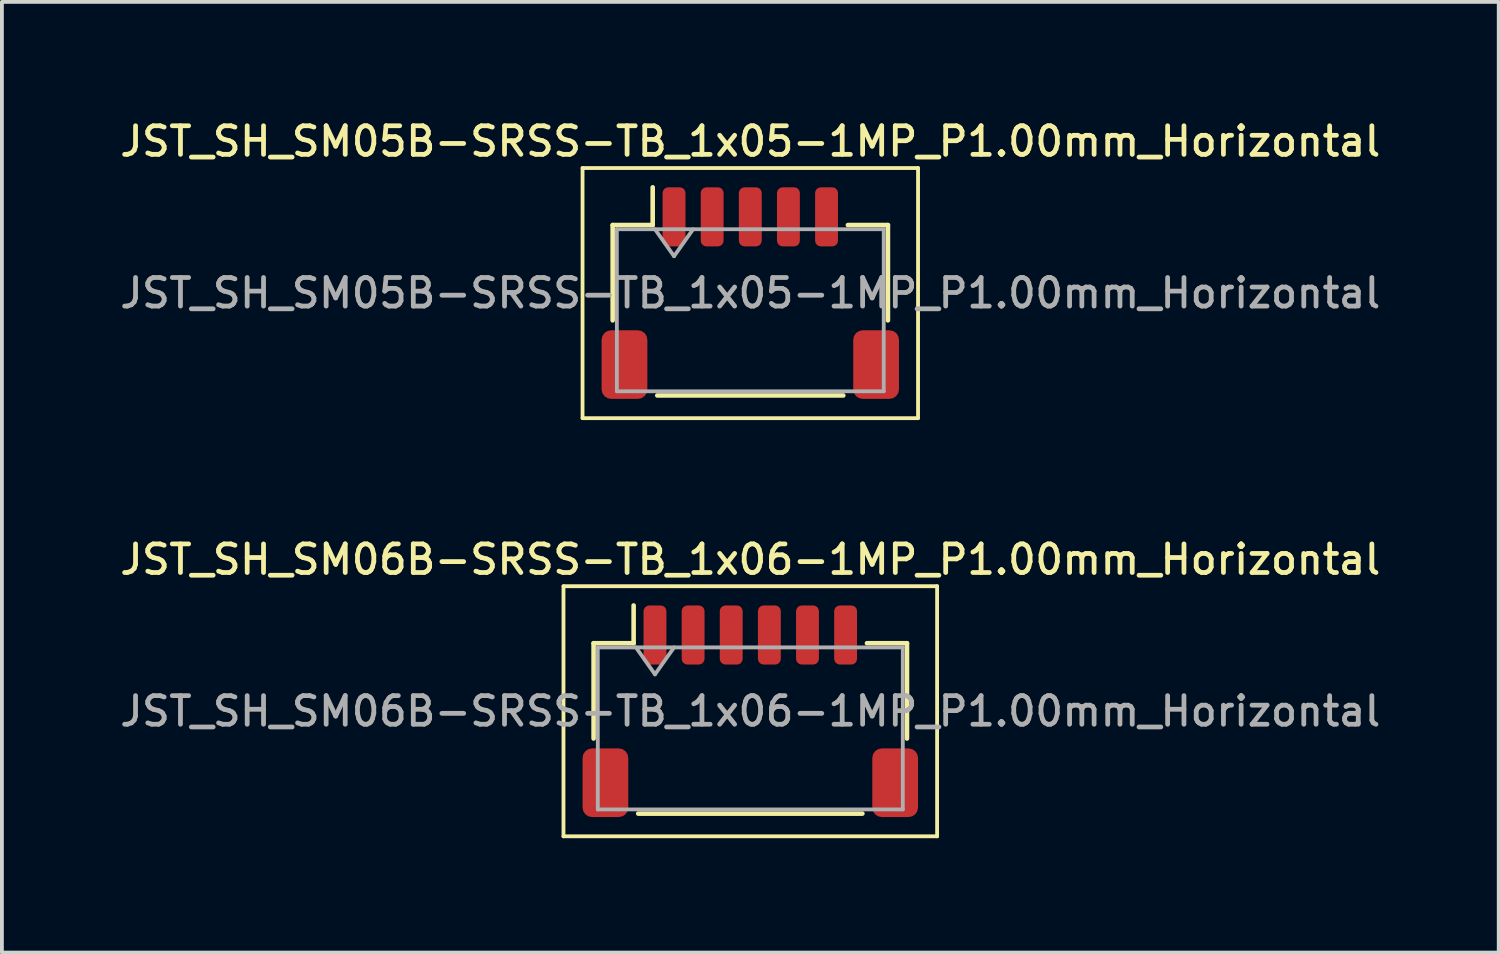
<source format=kicad_pcb>
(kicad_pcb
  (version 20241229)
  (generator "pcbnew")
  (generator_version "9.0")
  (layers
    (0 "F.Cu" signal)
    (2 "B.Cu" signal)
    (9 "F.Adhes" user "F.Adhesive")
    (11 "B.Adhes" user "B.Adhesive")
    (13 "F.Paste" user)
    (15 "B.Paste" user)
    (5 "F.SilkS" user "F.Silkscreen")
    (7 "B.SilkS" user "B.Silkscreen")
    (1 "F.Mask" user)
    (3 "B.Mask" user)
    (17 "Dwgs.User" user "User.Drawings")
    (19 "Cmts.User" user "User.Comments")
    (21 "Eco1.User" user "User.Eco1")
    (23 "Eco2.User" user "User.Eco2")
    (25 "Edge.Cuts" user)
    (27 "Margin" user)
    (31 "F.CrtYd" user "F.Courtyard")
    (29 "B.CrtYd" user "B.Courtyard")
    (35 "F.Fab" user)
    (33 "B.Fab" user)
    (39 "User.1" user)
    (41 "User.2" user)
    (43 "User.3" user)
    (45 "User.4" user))
  (footprint "JST_SH_SM06B-SRSS-TB_1x06-1MP_P1.00mm_Horizontal"
    (layer "F.Cu")
    (at 16.63 15.606)
    (property "Reference" "JST_SH_SM06B-SRSS-TB_1x06-1MP_P1.00mm_Horizontal" (at 0 -3.98 0) (layer "F.SilkS") (effects (font (size 0.75 0.75) (thickness 0.125))))
    (attr smd)
    (fp_line (start -4.9 -3.28) (end -4.9 3.28) (stroke (width 0.1) (type solid)) (layer "F.SilkS"))
    (fp_line (start -4.9 3.28) (end 4.9 3.28) (stroke (width 0.1) (type solid)) (layer "F.SilkS"))
    (fp_line (start -4.11 -1.785) (end -3.06 -1.785) (stroke (width 0.12) (type solid)) (layer "F.SilkS"))
    (fp_line (start -4.11 0.715) (end -4.11 -1.785) (stroke (width 0.12) (type solid)) (layer "F.SilkS"))
    (fp_line (start -3.06 -1.785) (end -3.06 -2.775) (stroke (width 0.12) (type solid)) (layer "F.SilkS"))
    (fp_line (start -2.94 2.685) (end 2.94 2.685) (stroke (width 0.12) (type solid)) (layer "F.SilkS"))
    (fp_line (start 4.11 -1.785) (end 3.06 -1.785) (stroke (width 0.12) (type solid)) (layer "F.SilkS"))
    (fp_line (start 4.11 0.715) (end 4.11 -1.785) (stroke (width 0.12) (type solid)) (layer "F.SilkS"))
    (fp_line (start 4.9 -3.28) (end -4.9 -3.28) (stroke (width 0.1) (type solid)) (layer "F.SilkS"))
    (fp_line (start 4.9 3.28) (end 4.9 -3.28) (stroke (width 0.1) (type solid)) (layer "F.SilkS"))
    (fp_line (start -4 -1.675) (end -4 2.575) (stroke (width 0.1) (type solid)) (layer "F.Fab"))
    (fp_line (start -4 -1.675) (end 4 -1.675) (stroke (width 0.1) (type solid)) (layer "F.Fab"))
    (fp_line (start -4 2.575) (end 4 2.575) (stroke (width 0.1) (type solid)) (layer "F.Fab"))
    (fp_line (start -3 -1.675) (end -2.5 -0.968) (stroke (width 0.1) (type solid)) (layer "F.Fab"))
    (fp_line (start -2.5 -0.968) (end -2 -1.675) (stroke (width 0.1) (type solid)) (layer "F.Fab"))
    (fp_line (start 4 -1.675) (end 4 2.575) (stroke (width 0.1) (type solid)) (layer "F.Fab"))
    (fp_text user "${REFERENCE}" (at 0 0 0) (layer "F.Fab") (effects (font (size 0.75 0.75) (thickness 0.125))))
    (pad "1" smd roundrect (at -2.5 -2) (size 0.6 1.55) (layers "F.Cu" "F.Mask" "F.Paste") (roundrect_rratio 0.25))
    (pad "2" smd roundrect (at -1.5 -2) (size 0.6 1.55) (layers "F.Cu" "F.Mask" "F.Paste") (roundrect_rratio 0.25))
    (pad "3" smd roundrect (at -0.5 -2) (size 0.6 1.55) (layers "F.Cu" "F.Mask" "F.Paste") (roundrect_rratio 0.25))
    (pad "4" smd roundrect (at 0.5 -2) (size 0.6 1.55) (layers "F.Cu" "F.Mask" "F.Paste") (roundrect_rratio 0.25))
    (pad "5" smd roundrect (at 1.5 -2) (size 0.6 1.55) (layers "F.Cu" "F.Mask" "F.Paste") (roundrect_rratio 0.25))
    (pad "6" smd roundrect (at 2.5 -2) (size 0.6 1.55) (layers "F.Cu" "F.Mask" "F.Paste") (roundrect_rratio 0.25))
    (pad "MP" smd roundrect (at -3.8 1.875) (size 1.2 1.8) (layers "F.Cu" "F.Mask" "F.Paste") (roundrect_rratio 0.208))
    (pad "MP" smd roundrect (at 3.8 1.875) (size 1.2 1.8) (layers "F.Cu" "F.Mask" "F.Paste") (roundrect_rratio 0.208)))
  (footprint "JST_SH_SM05B-SRSS-TB_1x05-1MP_P1.00mm_Horizontal"
    (layer "F.Cu")
    (at 16.63 4.638)
    (property "Reference" "JST_SH_SM05B-SRSS-TB_1x05-1MP_P1.00mm_Horizontal" (at 0 -3.98 0) (layer "F.SilkS") (effects (font (size 0.75 0.75) (thickness 0.125))))
    (attr smd)
    (fp_line (start -4.4 -3.28) (end -4.4 3.28) (stroke (width 0.1) (type solid)) (layer "F.SilkS"))
    (fp_line (start -4.4 3.28) (end 4.4 3.28) (stroke (width 0.1) (type solid)) (layer "F.SilkS"))
    (fp_line (start -3.61 -1.785) (end -2.56 -1.785) (stroke (width 0.12) (type solid)) (layer "F.SilkS"))
    (fp_line (start -3.61 0.715) (end -3.61 -1.785) (stroke (width 0.12) (type solid)) (layer "F.SilkS"))
    (fp_line (start -2.56 -1.785) (end -2.56 -2.775) (stroke (width 0.12) (type solid)) (layer "F.SilkS"))
    (fp_line (start -2.44 2.685) (end 2.44 2.685) (stroke (width 0.12) (type solid)) (layer "F.SilkS"))
    (fp_line (start 3.61 -1.785) (end 2.56 -1.785) (stroke (width 0.12) (type solid)) (layer "F.SilkS"))
    (fp_line (start 3.61 0.715) (end 3.61 -1.785) (stroke (width 0.12) (type solid)) (layer "F.SilkS"))
    (fp_line (start 4.4 -3.28) (end -4.4 -3.28) (stroke (width 0.1) (type solid)) (layer "F.SilkS"))
    (fp_line (start 4.4 3.28) (end 4.4 -3.28) (stroke (width 0.1) (type solid)) (layer "F.SilkS"))
    (fp_line (start -3.5 -1.675) (end -3.5 2.575) (stroke (width 0.1) (type solid)) (layer "F.Fab"))
    (fp_line (start -3.5 -1.675) (end 3.5 -1.675) (stroke (width 0.1) (type solid)) (layer "F.Fab"))
    (fp_line (start -3.5 2.575) (end 3.5 2.575) (stroke (width 0.1) (type solid)) (layer "F.Fab"))
    (fp_line (start -2.5 -1.675) (end -2 -0.968) (stroke (width 0.1) (type solid)) (layer "F.Fab"))
    (fp_line (start -2 -0.968) (end -1.5 -1.675) (stroke (width 0.1) (type solid)) (layer "F.Fab"))
    (fp_line (start 3.5 -1.675) (end 3.5 2.575) (stroke (width 0.1) (type solid)) (layer "F.Fab"))
    (fp_text user "${REFERENCE}" (at 0 0 0) (layer "F.Fab") (effects (font (size 0.75 0.75) (thickness 0.125))))
    (pad "1" smd roundrect (at -2 -2) (size 0.6 1.55) (layers "F.Cu" "F.Mask" "F.Paste") (roundrect_rratio 0.25))
    (pad "2" smd roundrect (at -1 -2) (size 0.6 1.55) (layers "F.Cu" "F.Mask" "F.Paste") (roundrect_rratio 0.25))
    (pad "3" smd roundrect (at 0 -2) (size 0.6 1.55) (layers "F.Cu" "F.Mask" "F.Paste") (roundrect_rratio 0.25))
    (pad "4" smd roundrect (at 1 -2) (size 0.6 1.55) (layers "F.Cu" "F.Mask" "F.Paste") (roundrect_rratio 0.25))
    (pad "5" smd roundrect (at 2 -2) (size 0.6 1.55) (layers "F.Cu" "F.Mask" "F.Paste") (roundrect_rratio 0.25))
    (pad "MP" smd roundrect (at -3.3 1.875) (size 1.2 1.8) (layers "F.Cu" "F.Mask" "F.Paste") (roundrect_rratio 0.208))
    (pad "MP" smd roundrect (at 3.3 1.875) (size 1.2 1.8) (layers "F.Cu" "F.Mask" "F.Paste") (roundrect_rratio 0.208)))
  (gr_rect
    (start -3 -3)
    (end 36.261 21.936)
    (stroke (width 0.1) (type default))
    (fill no)
    (layer "Edge.Cuts")))
</source>
